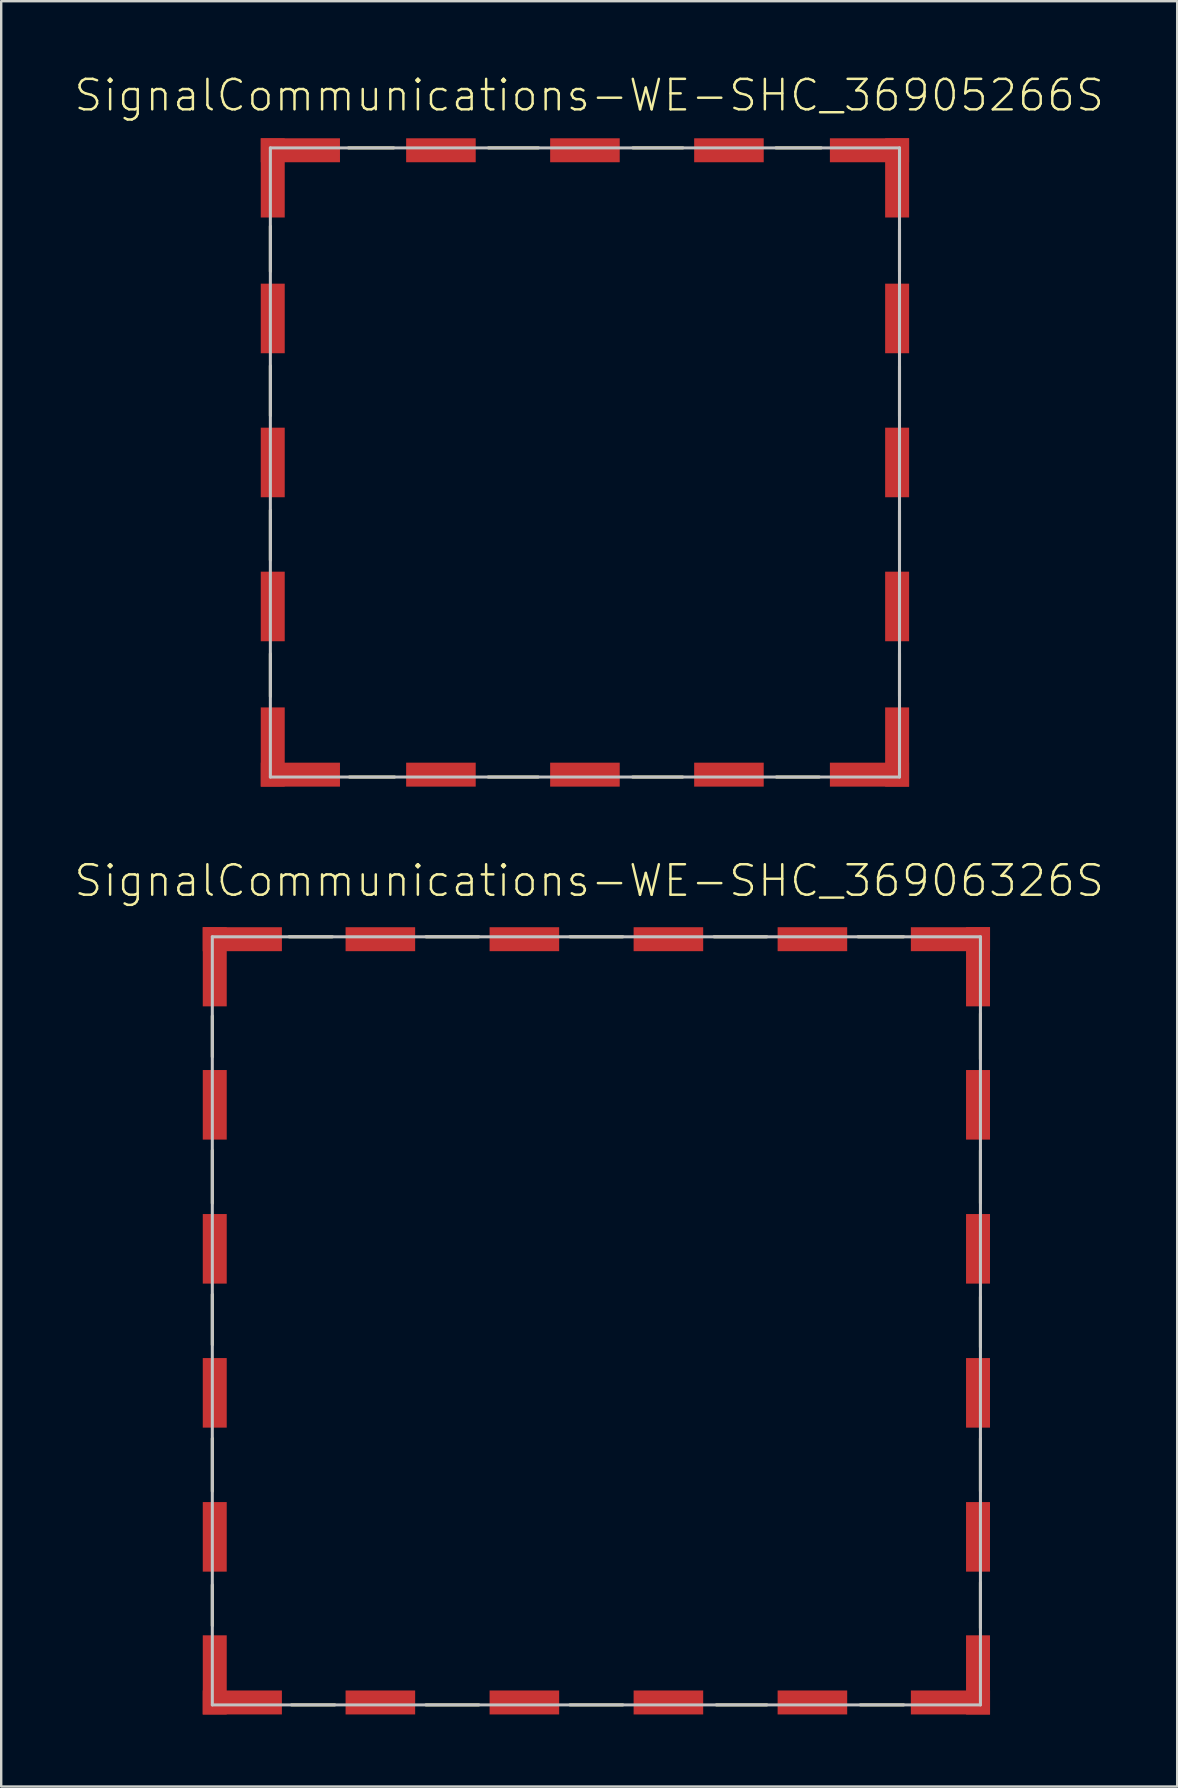
<source format=kicad_pcb>
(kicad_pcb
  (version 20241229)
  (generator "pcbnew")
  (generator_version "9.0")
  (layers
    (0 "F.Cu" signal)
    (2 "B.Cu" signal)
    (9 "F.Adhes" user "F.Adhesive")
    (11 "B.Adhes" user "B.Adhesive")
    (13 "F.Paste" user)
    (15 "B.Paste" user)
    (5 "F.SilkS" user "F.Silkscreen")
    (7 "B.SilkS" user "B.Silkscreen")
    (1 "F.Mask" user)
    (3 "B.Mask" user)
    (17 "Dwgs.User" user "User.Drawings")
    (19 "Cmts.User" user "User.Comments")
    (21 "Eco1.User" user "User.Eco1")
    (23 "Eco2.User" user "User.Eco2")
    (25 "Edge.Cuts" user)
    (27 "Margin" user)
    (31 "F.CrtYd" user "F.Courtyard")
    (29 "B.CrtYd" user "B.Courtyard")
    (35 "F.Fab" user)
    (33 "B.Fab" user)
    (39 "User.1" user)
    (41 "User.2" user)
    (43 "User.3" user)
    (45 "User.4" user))
  (footprint "SignalCommunications-WE-SHC_36906326S"
    (layer "F.Cu")
    (at 21.794 51.973)
    (property "Reference" "SignalCommunications-WE-SHC_36906326S" (at -0.3 -18.334 0) (layer "F.SilkS") (effects (font (size 1.27 1.27) (thickness 0.102))))
    (attr smd)
    (fp_line (start -15.999 -12.7) (end -15.999 -10.998) (stroke (width 0.127) (type solid)) (layer "F.SilkS"))
    (fp_line (start -15.999 -7.099) (end -15.999 -4.9) (stroke (width 0.127) (type solid)) (layer "F.SilkS"))
    (fp_line (start -15.999 0.998) (end -15.999 -1.1) (stroke (width 0.127) (type solid)) (layer "F.SilkS"))
    (fp_line (start -15.999 7.099) (end -15.999 4.9) (stroke (width 0.127) (type solid)) (layer "F.SilkS"))
    (fp_line (start -15.999 12.7) (end -15.999 10.998) (stroke (width 0.127) (type solid)) (layer "F.SilkS"))
    (fp_line (start -12.799 -15.999) (end -10.998 -15.999) (stroke (width 0.127) (type solid)) (layer "F.SilkS"))
    (fp_line (start -12.7 15.999) (end -10.899 15.999) (stroke (width 0.127) (type solid)) (layer "F.SilkS"))
    (fp_line (start -7.099 -15.999) (end -4.9 -15.999) (stroke (width 0.127) (type solid)) (layer "F.SilkS"))
    (fp_line (start -7.099 15.999) (end -4.9 15.999) (stroke (width 0.127) (type solid)) (layer "F.SilkS"))
    (fp_line (start -1.1 -15.999) (end 1.1 -15.999) (stroke (width 0.127) (type solid)) (layer "F.SilkS"))
    (fp_line (start -1.1 15.999) (end 1.1 15.999) (stroke (width 0.127) (type solid)) (layer "F.SilkS"))
    (fp_line (start 4.9 -15.999) (end 7.099 -15.999) (stroke (width 0.127) (type solid)) (layer "F.SilkS"))
    (fp_line (start 4.999 15.999) (end 7.099 15.999) (stroke (width 0.127) (type solid)) (layer "F.SilkS"))
    (fp_line (start 10.899 -15.999) (end 12.799 -15.999) (stroke (width 0.127) (type solid)) (layer "F.SilkS"))
    (fp_line (start 10.998 15.999) (end 12.799 15.999) (stroke (width 0.127) (type solid)) (layer "F.SilkS"))
    (fp_line (start 15.999 -12.799) (end 15.999 -10.899) (stroke (width 0.127) (type solid)) (layer "F.SilkS"))
    (fp_line (start 15.999 -7.099) (end 15.999 -4.9) (stroke (width 0.127) (type solid)) (layer "F.SilkS"))
    (fp_line (start 15.999 -0.998) (end 15.999 1.1) (stroke (width 0.127) (type solid)) (layer "F.SilkS"))
    (fp_line (start 15.999 4.9) (end 15.999 7.099) (stroke (width 0.127) (type solid)) (layer "F.SilkS"))
    (fp_line (start 15.999 10.899) (end 15.999 12.799) (stroke (width 0.127) (type solid)) (layer "F.SilkS"))
    (fp_line (start -15.999 -15.999) (end 15.999 -15.999) (stroke (width 0.127) (type solid)) (layer "Dwgs.User"))
    (fp_line (start -15.999 15.999) (end -15.999 -15.999) (stroke (width 0.127) (type solid)) (layer "Dwgs.User"))
    (fp_line (start 15.999 -15.999) (end 15.999 15.999) (stroke (width 0.127) (type solid)) (layer "Dwgs.User"))
    (fp_line (start 15.999 15.999) (end -15.999 15.999) (stroke (width 0.127) (type solid)) (layer "Dwgs.User"))
    (pad "1" smd rect (at -3 -15.898) (size 2.898 0.998) (layers "F.Cu" "F.Mask" "F.Paste"))
    (pad "2" smd rect (at -8.999 -15.898) (size 2.898 0.998) (layers "F.Cu" "F.Mask" "F.Paste"))
    (pad "3" smd rect (at -14.75 -15.898) (size 3.299 0.998) (layers "F.Cu" "F.Mask" "F.Paste"))
    (pad "4" smd rect (at -15.898 -14.75 90) (size 3.299 0.998) (layers "F.Cu" "F.Mask" "F.Paste"))
    (pad "5" smd rect (at -15.898 -8.999 90) (size 2.898 0.998) (layers "F.Cu" "F.Mask" "F.Paste"))
    (pad "6" smd rect (at -15.898 -3 90) (size 2.898 0.998) (layers "F.Cu" "F.Mask" "F.Paste"))
    (pad "7" smd rect (at -15.898 3 90) (size 2.898 0.998) (layers "F.Cu" "F.Mask" "F.Paste"))
    (pad "8" smd rect (at -15.898 8.999 90) (size 2.898 0.998) (layers "F.Cu" "F.Mask" "F.Paste"))
    (pad "9" smd rect (at -14.75 15.898) (size 3.299 0.998) (layers "F.Cu" "F.Mask" "F.Paste"))
    (pad "10" smd rect (at -15.898 14.75 90) (size 3.299 0.998) (layers "F.Cu" "F.Mask" "F.Paste"))
    (pad "11" smd rect (at -8.999 15.898) (size 2.898 0.998) (layers "F.Cu" "F.Mask" "F.Paste"))
    (pad "12" smd rect (at -3 15.898) (size 2.898 0.998) (layers "F.Cu" "F.Mask" "F.Paste"))
    (pad "13" smd rect (at 3 15.898) (size 2.898 0.998) (layers "F.Cu" "F.Mask" "F.Paste"))
    (pad "14" smd rect (at 8.999 15.898) (size 2.898 0.998) (layers "F.Cu" "F.Mask" "F.Paste"))
    (pad "15" smd rect (at 14.75 15.898) (size 3.299 0.998) (layers "F.Cu" "F.Mask" "F.Paste"))
    (pad "16" smd rect (at 15.898 14.75 90) (size 3.299 0.998) (layers "F.Cu" "F.Mask" "F.Paste"))
    (pad "17" smd rect (at 15.898 8.999 90) (size 2.898 0.998) (layers "F.Cu" "F.Mask" "F.Paste"))
    (pad "18" smd rect (at 15.898 3 90) (size 2.898 0.998) (layers "F.Cu" "F.Mask" "F.Paste"))
    (pad "19" smd rect (at 15.898 -3 90) (size 2.898 0.998) (layers "F.Cu" "F.Mask" "F.Paste"))
    (pad "20" smd rect (at 15.898 -8.999 90) (size 2.898 0.998) (layers "F.Cu" "F.Mask" "F.Paste"))
    (pad "21" smd rect (at 15.898 -14.75 90) (size 3.299 0.998) (layers "F.Cu" "F.Mask" "F.Paste"))
    (pad "22" smd rect (at 14.75 -15.898) (size 3.299 0.998) (layers "F.Cu" "F.Mask" "F.Paste"))
    (pad "23" smd rect (at 8.999 -15.898) (size 2.898 0.998) (layers "F.Cu" "F.Mask" "F.Paste"))
    (pad "24" smd rect (at 3 -15.898) (size 2.898 0.998) (layers "F.Cu" "F.Mask" "F.Paste")))
  (footprint "SignalCommunications-WE-SHC_36905266S"
    (layer "F.Cu")
    (at 21.317 16.215)
    (property "Reference" "SignalCommunications-WE-SHC_36905266S" (at 0.178 -15.293 0) (layer "F.SilkS") (effects (font (size 1.27 1.27) (thickness 0.102))))
    (attr smd)
    (fp_line (start -13.104 -7.958) (end -13.104 -9.84) (stroke (width 0.127) (type solid)) (layer "F.SilkS"))
    (fp_line (start -13.104 -1.948) (end -13.104 -4.028) (stroke (width 0.127) (type solid)) (layer "F.SilkS"))
    (fp_line (start -13.104 4.069) (end -13.104 1.989) (stroke (width 0.127) (type solid)) (layer "F.SilkS"))
    (fp_line (start -13.104 9.749) (end -13.104 7.968) (stroke (width 0.127) (type solid)) (layer "F.SilkS"))
    (fp_line (start -9.848 -13.104) (end -7.968 -13.104) (stroke (width 0.127) (type solid)) (layer "F.SilkS"))
    (fp_line (start -7.93 13.104) (end -9.809 13.104) (stroke (width 0.127) (type solid)) (layer "F.SilkS"))
    (fp_line (start -4.018 -13.104) (end -1.938 -13.104) (stroke (width 0.127) (type solid)) (layer "F.SilkS"))
    (fp_line (start -1.948 13.104) (end -4.028 13.104) (stroke (width 0.127) (type solid)) (layer "F.SilkS"))
    (fp_line (start 1.999 -13.104) (end 4.079 -13.104) (stroke (width 0.127) (type solid)) (layer "F.SilkS"))
    (fp_line (start 4.069 13.104) (end 1.989 13.104) (stroke (width 0.127) (type solid)) (layer "F.SilkS"))
    (fp_line (start 7.958 -13.104) (end 9.84 -13.104) (stroke (width 0.127) (type solid)) (layer "F.SilkS"))
    (fp_line (start 9.759 13.104) (end 7.978 13.104) (stroke (width 0.127) (type solid)) (layer "F.SilkS"))
    (fp_line (start 13.104 -9.728) (end 13.104 -7.948) (stroke (width 0.127) (type solid)) (layer "F.SilkS"))
    (fp_line (start 13.104 -4.008) (end 13.104 -1.928) (stroke (width 0.127) (type solid)) (layer "F.SilkS"))
    (fp_line (start 13.104 1.999) (end 13.104 4.079) (stroke (width 0.127) (type solid)) (layer "F.SilkS"))
    (fp_line (start 13.104 7.958) (end 13.104 9.738) (stroke (width 0.127) (type solid)) (layer "F.SilkS"))
    (fp_line (start -13.104 -13.104) (end 13.104 -13.104) (stroke (width 0.127) (type solid)) (layer "Dwgs.User"))
    (fp_line (start -13.104 13.104) (end -13.104 -13.104) (stroke (width 0.127) (type solid)) (layer "Dwgs.User"))
    (fp_line (start 13.104 -13.104) (end 13.104 13.104) (stroke (width 0.127) (type solid)) (layer "Dwgs.User"))
    (fp_line (start 13.104 13.104) (end -13.104 13.104) (stroke (width 0.127) (type solid)) (layer "Dwgs.User"))
    (pad "1" smd rect (at 0 -13.005) (size 2.898 0.998) (layers "F.Cu" "F.Mask" "F.Paste"))
    (pad "2" smd rect (at -5.999 -13.005) (size 2.898 0.998) (layers "F.Cu" "F.Mask" "F.Paste"))
    (pad "3" smd rect (at 5.999 -13.005) (size 2.898 0.998) (layers "F.Cu" "F.Mask" "F.Paste"))
    (pad "4" smd rect (at -11.854 -13.005) (size 3.299 0.998) (layers "F.Cu" "F.Mask" "F.Paste"))
    (pad "5" smd rect (at -13.005 -11.854 90) (size 3.299 0.998) (layers "F.Cu" "F.Mask" "F.Paste"))
    (pad "6" smd rect (at -13.005 -5.999 90) (size 2.898 0.998) (layers "F.Cu" "F.Mask" "F.Paste"))
    (pad "7" smd rect (at -13.005 0 90) (size 2.898 0.998) (layers "F.Cu" "F.Mask" "F.Paste"))
    (pad "8" smd rect (at -13.005 5.999 90) (size 2.898 0.998) (layers "F.Cu" "F.Mask" "F.Paste"))
    (pad "9" smd rect (at -13.005 11.854 90) (size 3.299 0.998) (layers "F.Cu" "F.Mask" "F.Paste"))
    (pad "10" smd rect (at -11.854 13.005 180) (size 3.299 0.998) (layers "F.Cu" "F.Mask" "F.Paste"))
    (pad "11" smd rect (at -5.999 13.005) (size 2.898 0.998) (layers "F.Cu" "F.Mask" "F.Paste"))
    (pad "12" smd rect (at 0 13.005) (size 2.898 0.998) (layers "F.Cu" "F.Mask" "F.Paste"))
    (pad "13" smd rect (at 5.999 13.005) (size 2.898 0.998) (layers "F.Cu" "F.Mask" "F.Paste"))
    (pad "14" smd rect (at 11.854 13.005 180) (size 3.299 0.998) (layers "F.Cu" "F.Mask" "F.Paste"))
    (pad "15" smd rect (at 13.005 11.854 90) (size 3.299 0.998) (layers "F.Cu" "F.Mask" "F.Paste"))
    (pad "16" smd rect (at 13.005 5.999 90) (size 2.898 0.998) (layers "F.Cu" "F.Mask" "F.Paste"))
    (pad "17" smd rect (at 13.005 0 90) (size 2.898 0.998) (layers "F.Cu" "F.Mask" "F.Paste"))
    (pad "18" smd rect (at 13.005 -5.999 90) (size 2.898 0.998) (layers "F.Cu" "F.Mask" "F.Paste"))
    (pad "19" smd rect (at 13.005 -11.854 90) (size 3.299 0.998) (layers "F.Cu" "F.Mask" "F.Paste"))
    (pad "20" smd rect (at 11.854 -13.005) (size 3.299 0.998) (layers "F.Cu" "F.Mask" "F.Paste")))
  (gr_rect
    (start -3 -3)
    (end 45.989 71.373)
    (stroke (width 0.1) (type default))
    (fill no)
    (layer "Edge.Cuts")))
</source>
